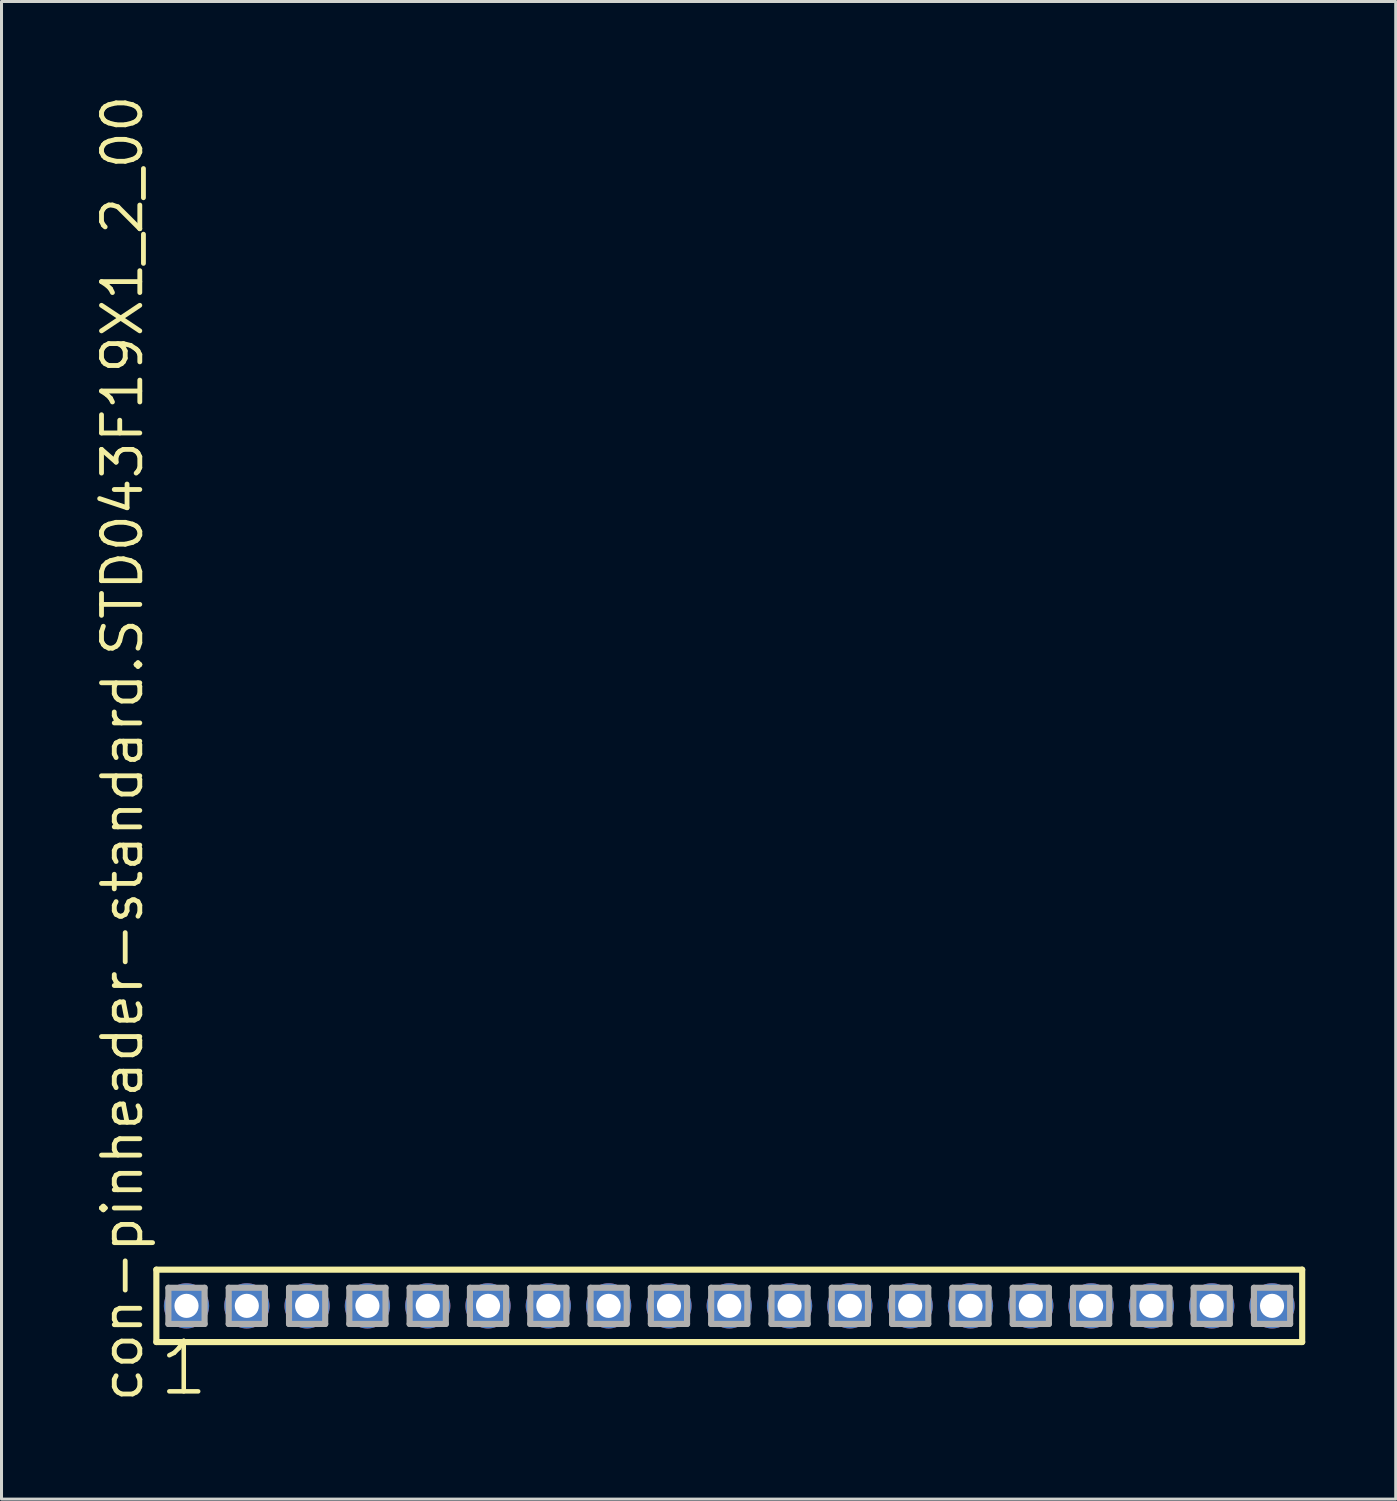
<source format=kicad_pcb>
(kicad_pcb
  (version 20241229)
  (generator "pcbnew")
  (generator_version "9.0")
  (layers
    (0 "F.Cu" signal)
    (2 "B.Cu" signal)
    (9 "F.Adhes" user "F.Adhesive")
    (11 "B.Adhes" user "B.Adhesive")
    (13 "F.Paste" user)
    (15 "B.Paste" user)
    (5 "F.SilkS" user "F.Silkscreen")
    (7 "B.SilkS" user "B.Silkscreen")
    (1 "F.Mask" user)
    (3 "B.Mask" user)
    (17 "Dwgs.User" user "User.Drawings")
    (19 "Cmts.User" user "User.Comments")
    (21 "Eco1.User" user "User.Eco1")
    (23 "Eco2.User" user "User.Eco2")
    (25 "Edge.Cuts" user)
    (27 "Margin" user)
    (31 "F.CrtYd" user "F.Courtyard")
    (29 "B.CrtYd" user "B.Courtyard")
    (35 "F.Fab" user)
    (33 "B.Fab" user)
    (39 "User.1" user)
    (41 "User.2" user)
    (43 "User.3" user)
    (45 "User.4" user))
  (footprint "con-pinheader-standard.STD043F19X1_2_00"
    (layer "F.Cu")
    (at 21.135 40.257)
    (property "Reference" "con-pinheader-standard.STD043F19X1_2_00" (at -19.385 3.27 90) (layer "F.SilkS") (effects (font (size 1.27 1.27) (thickness 0.16)) (justify left bottom)))
    (attr through_hole)
    (fp_line (start -19 -1.2) (end 19 -1.2) (stroke (width 0.203) (type default)) (layer "F.SilkS"))
    (fp_line (start -19 1.2) (end -19 -1.2) (stroke (width 0.203) (type default)) (layer "F.SilkS"))
    (fp_line (start 19 -1.2) (end 19 1.2) (stroke (width 0.203) (type default)) (layer "F.SilkS"))
    (fp_line (start 19 1.2) (end -19 1.2) (stroke (width 0.203) (type default)) (layer "F.SilkS"))
    (fp_line (start -18.6 -0.6) (end -17.4 -0.6) (stroke (width 0.203) (type default)) (layer "F.Fab"))
    (fp_line (start -18.6 0.6) (end -18.6 -0.6) (stroke (width 0.203) (type default)) (layer "F.Fab"))
    (fp_line (start -17.4 -0.6) (end -17.4 0.6) (stroke (width 0.203) (type default)) (layer "F.Fab"))
    (fp_line (start -17.4 0.6) (end -18.6 0.6) (stroke (width 0.203) (type default)) (layer "F.Fab"))
    (fp_line (start -16.6 -0.6) (end -15.4 -0.6) (stroke (width 0.203) (type default)) (layer "F.Fab"))
    (fp_line (start -16.6 0.6) (end -16.6 -0.6) (stroke (width 0.203) (type default)) (layer "F.Fab"))
    (fp_line (start -15.4 -0.6) (end -15.4 0.6) (stroke (width 0.203) (type default)) (layer "F.Fab"))
    (fp_line (start -15.4 0.6) (end -16.6 0.6) (stroke (width 0.203) (type default)) (layer "F.Fab"))
    (fp_line (start -14.6 -0.6) (end -13.4 -0.6) (stroke (width 0.203) (type default)) (layer "F.Fab"))
    (fp_line (start -14.6 0.6) (end -14.6 -0.6) (stroke (width 0.203) (type default)) (layer "F.Fab"))
    (fp_line (start -13.4 -0.6) (end -13.4 0.6) (stroke (width 0.203) (type default)) (layer "F.Fab"))
    (fp_line (start -13.4 0.6) (end -14.6 0.6) (stroke (width 0.203) (type default)) (layer "F.Fab"))
    (fp_line (start -12.6 -0.6) (end -11.4 -0.6) (stroke (width 0.203) (type default)) (layer "F.Fab"))
    (fp_line (start -12.6 0.6) (end -12.6 -0.6) (stroke (width 0.203) (type default)) (layer "F.Fab"))
    (fp_line (start -11.4 -0.6) (end -11.4 0.6) (stroke (width 0.203) (type default)) (layer "F.Fab"))
    (fp_line (start -11.4 0.6) (end -12.6 0.6) (stroke (width 0.203) (type default)) (layer "F.Fab"))
    (fp_line (start -10.6 -0.6) (end -9.4 -0.6) (stroke (width 0.203) (type default)) (layer "F.Fab"))
    (fp_line (start -10.6 0.6) (end -10.6 -0.6) (stroke (width 0.203) (type default)) (layer "F.Fab"))
    (fp_line (start -9.4 -0.6) (end -9.4 0.6) (stroke (width 0.203) (type default)) (layer "F.Fab"))
    (fp_line (start -9.4 0.6) (end -10.6 0.6) (stroke (width 0.203) (type default)) (layer "F.Fab"))
    (fp_line (start -8.6 -0.6) (end -7.4 -0.6) (stroke (width 0.203) (type default)) (layer "F.Fab"))
    (fp_line (start -8.6 0.6) (end -8.6 -0.6) (stroke (width 0.203) (type default)) (layer "F.Fab"))
    (fp_line (start -7.4 -0.6) (end -7.4 0.6) (stroke (width 0.203) (type default)) (layer "F.Fab"))
    (fp_line (start -7.4 0.6) (end -8.6 0.6) (stroke (width 0.203) (type default)) (layer "F.Fab"))
    (fp_line (start -6.6 -0.6) (end -5.4 -0.6) (stroke (width 0.203) (type default)) (layer "F.Fab"))
    (fp_line (start -6.6 0.6) (end -6.6 -0.6) (stroke (width 0.203) (type default)) (layer "F.Fab"))
    (fp_line (start -5.4 -0.6) (end -5.4 0.6) (stroke (width 0.203) (type default)) (layer "F.Fab"))
    (fp_line (start -5.4 0.6) (end -6.6 0.6) (stroke (width 0.203) (type default)) (layer "F.Fab"))
    (fp_line (start -4.6 -0.6) (end -3.4 -0.6) (stroke (width 0.203) (type default)) (layer "F.Fab"))
    (fp_line (start -4.6 0.6) (end -4.6 -0.6) (stroke (width 0.203) (type default)) (layer "F.Fab"))
    (fp_line (start -3.4 -0.6) (end -3.4 0.6) (stroke (width 0.203) (type default)) (layer "F.Fab"))
    (fp_line (start -3.4 0.6) (end -4.6 0.6) (stroke (width 0.203) (type default)) (layer "F.Fab"))
    (fp_line (start -2.6 -0.6) (end -1.4 -0.6) (stroke (width 0.203) (type default)) (layer "F.Fab"))
    (fp_line (start -2.6 0.6) (end -2.6 -0.6) (stroke (width 0.203) (type default)) (layer "F.Fab"))
    (fp_line (start -1.4 -0.6) (end -1.4 0.6) (stroke (width 0.203) (type default)) (layer "F.Fab"))
    (fp_line (start -1.4 0.6) (end -2.6 0.6) (stroke (width 0.203) (type default)) (layer "F.Fab"))
    (fp_line (start -0.6 -0.6) (end 0.6 -0.6) (stroke (width 0.203) (type default)) (layer "F.Fab"))
    (fp_line (start -0.6 0.6) (end -0.6 -0.6) (stroke (width 0.203) (type default)) (layer "F.Fab"))
    (fp_line (start 0.6 -0.6) (end 0.6 0.6) (stroke (width 0.203) (type default)) (layer "F.Fab"))
    (fp_line (start 0.6 0.6) (end -0.6 0.6) (stroke (width 0.203) (type default)) (layer "F.Fab"))
    (fp_line (start 1.4 -0.6) (end 2.6 -0.6) (stroke (width 0.203) (type default)) (layer "F.Fab"))
    (fp_line (start 1.4 0.6) (end 1.4 -0.6) (stroke (width 0.203) (type default)) (layer "F.Fab"))
    (fp_line (start 2.6 -0.6) (end 2.6 0.6) (stroke (width 0.203) (type default)) (layer "F.Fab"))
    (fp_line (start 2.6 0.6) (end 1.4 0.6) (stroke (width 0.203) (type default)) (layer "F.Fab"))
    (fp_line (start 3.4 -0.6) (end 4.6 -0.6) (stroke (width 0.203) (type default)) (layer "F.Fab"))
    (fp_line (start 3.4 0.6) (end 3.4 -0.6) (stroke (width 0.203) (type default)) (layer "F.Fab"))
    (fp_line (start 4.6 -0.6) (end 4.6 0.6) (stroke (width 0.203) (type default)) (layer "F.Fab"))
    (fp_line (start 4.6 0.6) (end 3.4 0.6) (stroke (width 0.203) (type default)) (layer "F.Fab"))
    (fp_line (start 5.4 -0.6) (end 6.6 -0.6) (stroke (width 0.203) (type default)) (layer "F.Fab"))
    (fp_line (start 5.4 0.6) (end 5.4 -0.6) (stroke (width 0.203) (type default)) (layer "F.Fab"))
    (fp_line (start 6.6 -0.6) (end 6.6 0.6) (stroke (width 0.203) (type default)) (layer "F.Fab"))
    (fp_line (start 6.6 0.6) (end 5.4 0.6) (stroke (width 0.203) (type default)) (layer "F.Fab"))
    (fp_line (start 7.4 -0.6) (end 8.6 -0.6) (stroke (width 0.203) (type default)) (layer "F.Fab"))
    (fp_line (start 7.4 0.6) (end 7.4 -0.6) (stroke (width 0.203) (type default)) (layer "F.Fab"))
    (fp_line (start 8.6 -0.6) (end 8.6 0.6) (stroke (width 0.203) (type default)) (layer "F.Fab"))
    (fp_line (start 8.6 0.6) (end 7.4 0.6) (stroke (width 0.203) (type default)) (layer "F.Fab"))
    (fp_line (start 9.4 -0.6) (end 10.6 -0.6) (stroke (width 0.203) (type default)) (layer "F.Fab"))
    (fp_line (start 9.4 0.6) (end 9.4 -0.6) (stroke (width 0.203) (type default)) (layer "F.Fab"))
    (fp_line (start 10.6 -0.6) (end 10.6 0.6) (stroke (width 0.203) (type default)) (layer "F.Fab"))
    (fp_line (start 10.6 0.6) (end 9.4 0.6) (stroke (width 0.203) (type default)) (layer "F.Fab"))
    (fp_line (start 11.4 -0.6) (end 12.6 -0.6) (stroke (width 0.203) (type default)) (layer "F.Fab"))
    (fp_line (start 11.4 0.6) (end 11.4 -0.6) (stroke (width 0.203) (type default)) (layer "F.Fab"))
    (fp_line (start 12.6 -0.6) (end 12.6 0.6) (stroke (width 0.203) (type default)) (layer "F.Fab"))
    (fp_line (start 12.6 0.6) (end 11.4 0.6) (stroke (width 0.203) (type default)) (layer "F.Fab"))
    (fp_line (start 13.4 -0.6) (end 14.6 -0.6) (stroke (width 0.203) (type default)) (layer "F.Fab"))
    (fp_line (start 13.4 0.6) (end 13.4 -0.6) (stroke (width 0.203) (type default)) (layer "F.Fab"))
    (fp_line (start 14.6 -0.6) (end 14.6 0.6) (stroke (width 0.203) (type default)) (layer "F.Fab"))
    (fp_line (start 14.6 0.6) (end 13.4 0.6) (stroke (width 0.203) (type default)) (layer "F.Fab"))
    (fp_line (start 15.4 -0.6) (end 16.6 -0.6) (stroke (width 0.203) (type default)) (layer "F.Fab"))
    (fp_line (start 15.4 0.6) (end 15.4 -0.6) (stroke (width 0.203) (type default)) (layer "F.Fab"))
    (fp_line (start 16.6 -0.6) (end 16.6 0.6) (stroke (width 0.203) (type default)) (layer "F.Fab"))
    (fp_line (start 16.6 0.6) (end 15.4 0.6) (stroke (width 0.203) (type default)) (layer "F.Fab"))
    (fp_line (start 17.4 -0.6) (end 18.6 -0.6) (stroke (width 0.203) (type default)) (layer "F.Fab"))
    (fp_line (start 17.4 0.6) (end 17.4 -0.6) (stroke (width 0.203) (type default)) (layer "F.Fab"))
    (fp_line (start 18.6 -0.6) (end 18.6 0.6) (stroke (width 0.203) (type default)) (layer "F.Fab"))
    (fp_line (start 18.6 0.6) (end 17.4 0.6) (stroke (width 0.203) (type default)) (layer "F.Fab"))
    (fp_text user "1" (at -18.988 3.048 0) (layer "F.SilkS") (effects (font (size 1.676 1.676) (thickness 0.15)) (justify left bottom)))
    (pad "1" thru_hole circle (at -18 0) (size 1.5 1.5) (drill 0.8) (layers "*.Cu" "*.Mask"))
    (pad "2" thru_hole circle (at -16 0) (size 1.5 1.5) (drill 0.8) (layers "*.Cu" "*.Mask"))
    (pad "3" thru_hole circle (at -14 0) (size 1.5 1.5) (drill 0.8) (layers "*.Cu" "*.Mask"))
    (pad "4" thru_hole circle (at -12 0) (size 1.5 1.5) (drill 0.8) (layers "*.Cu" "*.Mask"))
    (pad "5" thru_hole circle (at -10 0) (size 1.5 1.5) (drill 0.8) (layers "*.Cu" "*.Mask"))
    (pad "6" thru_hole circle (at -8 0) (size 1.5 1.5) (drill 0.8) (layers "*.Cu" "*.Mask"))
    (pad "7" thru_hole circle (at -6 0) (size 1.5 1.5) (drill 0.8) (layers "*.Cu" "*.Mask"))
    (pad "8" thru_hole circle (at -4 0) (size 1.5 1.5) (drill 0.8) (layers "*.Cu" "*.Mask"))
    (pad "9" thru_hole circle (at -2 0) (size 1.5 1.5) (drill 0.8) (layers "*.Cu" "*.Mask"))
    (pad "10" thru_hole circle (at 0 0) (size 1.5 1.5) (drill 0.8) (layers "*.Cu" "*.Mask"))
    (pad "11" thru_hole circle (at 2 0) (size 1.5 1.5) (drill 0.8) (layers "*.Cu" "*.Mask"))
    (pad "12" thru_hole circle (at 4 0) (size 1.5 1.5) (drill 0.8) (layers "*.Cu" "*.Mask"))
    (pad "13" thru_hole circle (at 6 0) (size 1.5 1.5) (drill 0.8) (layers "*.Cu" "*.Mask"))
    (pad "14" thru_hole circle (at 8 0) (size 1.5 1.5) (drill 0.8) (layers "*.Cu" "*.Mask"))
    (pad "15" thru_hole circle (at 10 0) (size 1.5 1.5) (drill 0.8) (layers "*.Cu" "*.Mask"))
    (pad "16" thru_hole circle (at 12 0) (size 1.5 1.5) (drill 0.8) (layers "*.Cu" "*.Mask"))
    (pad "17" thru_hole circle (at 14 0) (size 1.5 1.5) (drill 0.8) (layers "*.Cu" "*.Mask"))
    (pad "18" thru_hole circle (at 16 0) (size 1.5 1.5) (drill 0.8) (layers "*.Cu" "*.Mask"))
    (pad "19" thru_hole circle (at 18 0) (size 1.5 1.5) (drill 0.8) (layers "*.Cu" "*.Mask")))
  (gr_rect
    (start -3 -3)
    (end 43.237 46.666)
    (stroke (width 0.1) (type default))
    (fill no)
    (layer "Edge.Cuts")))
</source>
